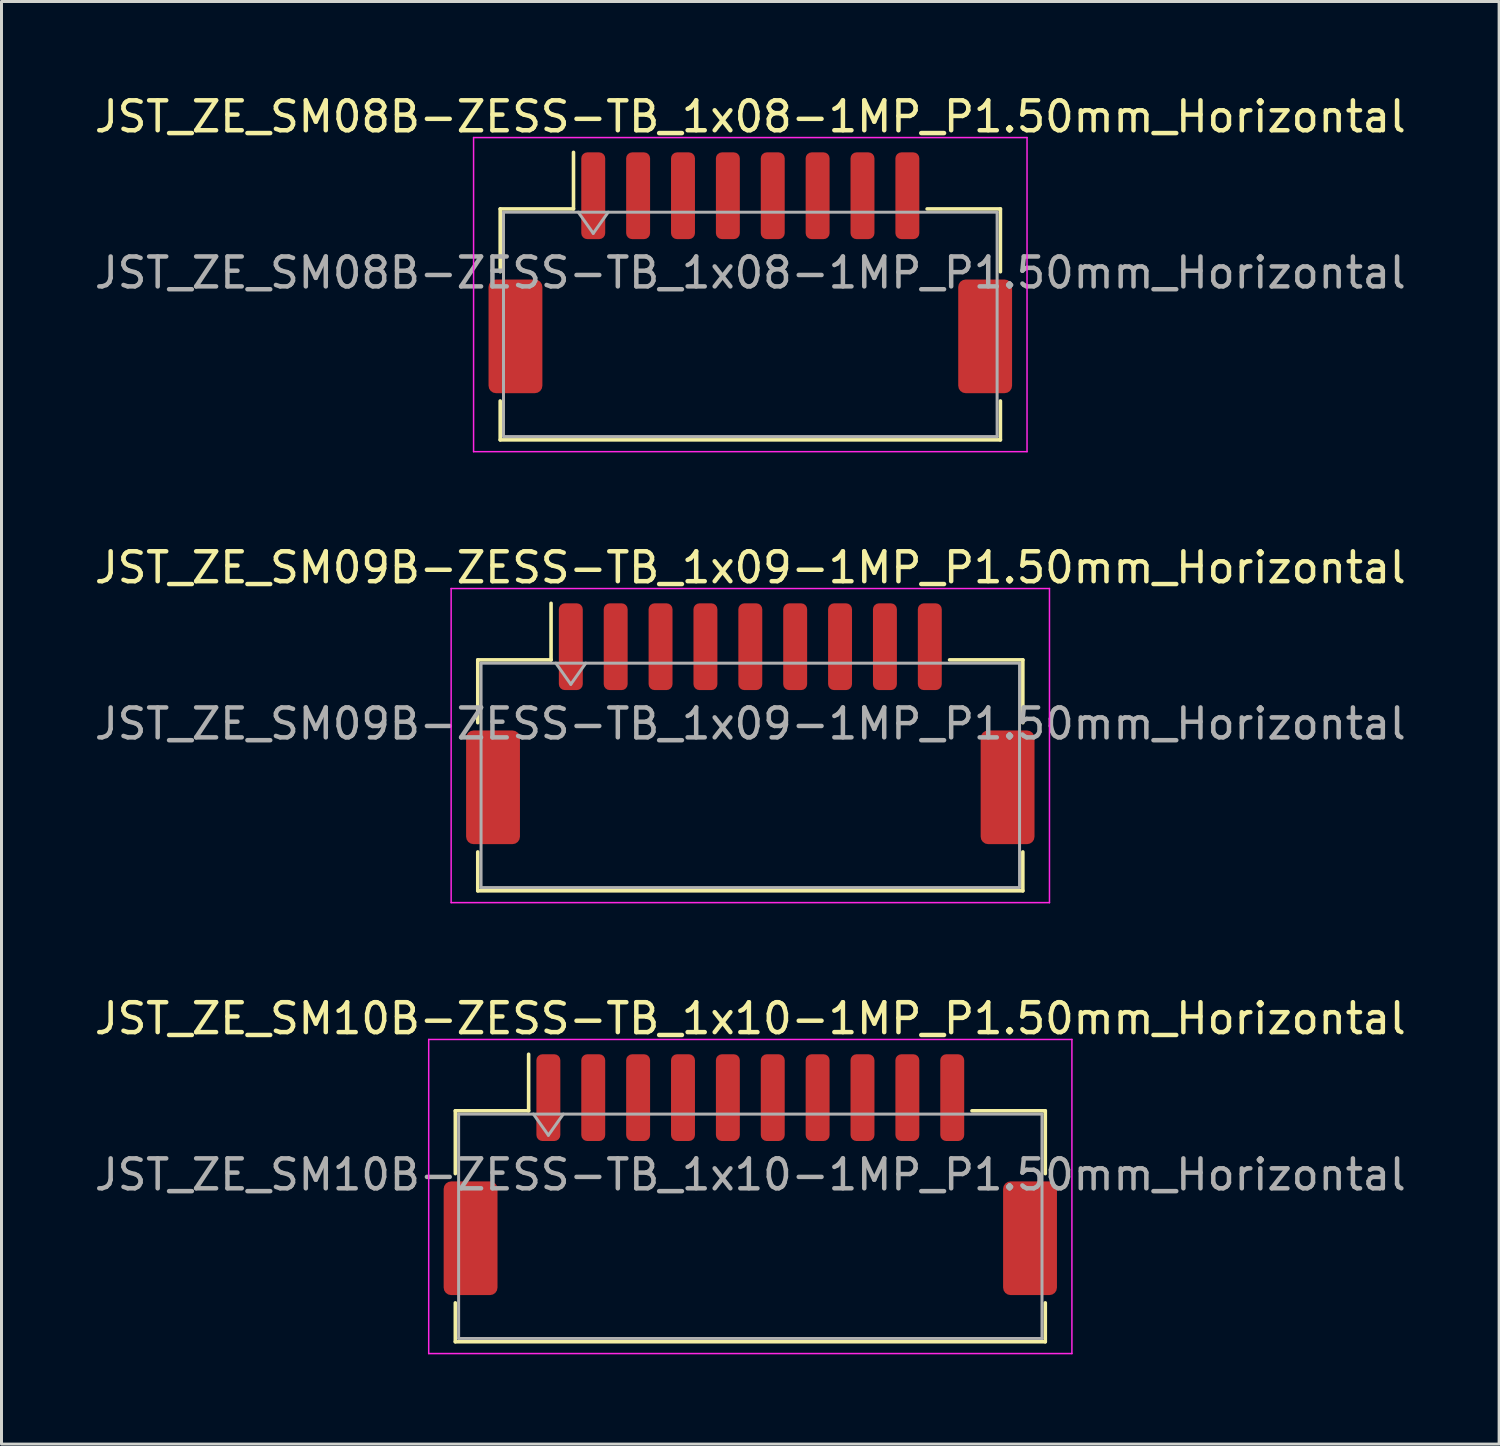
<source format=kicad_pcb>
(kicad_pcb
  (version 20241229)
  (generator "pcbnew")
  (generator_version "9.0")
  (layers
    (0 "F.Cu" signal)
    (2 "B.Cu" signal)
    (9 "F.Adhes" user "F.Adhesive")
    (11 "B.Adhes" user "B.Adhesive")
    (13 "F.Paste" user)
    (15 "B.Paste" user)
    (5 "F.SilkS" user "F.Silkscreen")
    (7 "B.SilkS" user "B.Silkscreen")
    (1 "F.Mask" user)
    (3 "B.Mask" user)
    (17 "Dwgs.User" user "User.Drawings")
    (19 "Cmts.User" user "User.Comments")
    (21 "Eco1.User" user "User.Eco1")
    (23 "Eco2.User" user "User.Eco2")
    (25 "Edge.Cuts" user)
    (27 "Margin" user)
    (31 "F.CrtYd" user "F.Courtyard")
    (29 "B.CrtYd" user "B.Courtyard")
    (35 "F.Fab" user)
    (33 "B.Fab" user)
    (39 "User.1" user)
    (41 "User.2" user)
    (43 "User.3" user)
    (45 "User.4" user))
  (footprint "JST_ZE_SM10B-ZESS-TB_1x10-1MP_P1.50mm_Horizontal"
    (layer "F.Cu")
    (at 22.03 36.215)
    (property "Reference" "JST_ZE_SM10B-ZESS-TB_1x10-1MP_P1.50mm_Horizontal" (at 0 -5.22 0) (layer "F.SilkS") (effects (font (size 1 1) (thickness 0.15))))
    (attr smd)
    (fp_line (start -9.86 -2.135) (end -7.41 -2.135) (stroke (width 0.12) (type solid)) (layer "F.SilkS"))
    (fp_line (start -9.86 -0.035) (end -9.86 -2.135) (stroke (width 0.12) (type solid)) (layer "F.SilkS"))
    (fp_line (start -9.86 4.285) (end -9.86 5.585) (stroke (width 0.12) (type solid)) (layer "F.SilkS"))
    (fp_line (start -9.86 5.585) (end 9.86 5.585) (stroke (width 0.12) (type solid)) (layer "F.SilkS"))
    (fp_line (start -7.41 -2.135) (end -7.41 -4.025) (stroke (width 0.12) (type solid)) (layer "F.SilkS"))
    (fp_line (start 9.86 -2.135) (end 7.41 -2.135) (stroke (width 0.12) (type solid)) (layer "F.SilkS"))
    (fp_line (start 9.86 -0.035) (end 9.86 -2.135) (stroke (width 0.12) (type solid)) (layer "F.SilkS"))
    (fp_line (start 9.86 5.585) (end 9.86 4.285) (stroke (width 0.12) (type solid)) (layer "F.SilkS"))
    (fp_line (start -10.75 -4.52) (end -10.75 5.98) (stroke (width 0.05) (type solid)) (layer "F.CrtYd"))
    (fp_line (start -10.75 5.98) (end 10.75 5.98) (stroke (width 0.05) (type solid)) (layer "F.CrtYd"))
    (fp_line (start 10.75 -4.52) (end -10.75 -4.52) (stroke (width 0.05) (type solid)) (layer "F.CrtYd"))
    (fp_line (start 10.75 5.98) (end 10.75 -4.52) (stroke (width 0.05) (type solid)) (layer "F.CrtYd"))
    (fp_line (start -9.75 -2.025) (end -9.75 5.475) (stroke (width 0.1) (type solid)) (layer "F.Fab"))
    (fp_line (start -9.75 -2.025) (end 9.75 -2.025) (stroke (width 0.1) (type solid)) (layer "F.Fab"))
    (fp_line (start -9.75 5.475) (end 9.75 5.475) (stroke (width 0.1) (type solid)) (layer "F.Fab"))
    (fp_line (start -7.25 -2.025) (end -6.75 -1.318) (stroke (width 0.1) (type solid)) (layer "F.Fab"))
    (fp_line (start -6.75 -1.318) (end -6.25 -2.025) (stroke (width 0.1) (type solid)) (layer "F.Fab"))
    (fp_line (start 9.75 -2.025) (end 9.75 5.475) (stroke (width 0.1) (type solid)) (layer "F.Fab"))
    (fp_text user "${REFERENCE}" (at 0 0 0) (layer "F.Fab") (effects (font (size 1 1) (thickness 0.15))))
    (pad "1" smd roundrect (at -6.75 -2.575) (size 0.8 2.9) (layers "F.Cu" "F.Mask" "F.Paste") (roundrect_rratio 0.25))
    (pad "2" smd roundrect (at -5.25 -2.575) (size 0.8 2.9) (layers "F.Cu" "F.Mask" "F.Paste") (roundrect_rratio 0.25))
    (pad "3" smd roundrect (at -3.75 -2.575) (size 0.8 2.9) (layers "F.Cu" "F.Mask" "F.Paste") (roundrect_rratio 0.25))
    (pad "4" smd roundrect (at -2.25 -2.575) (size 0.8 2.9) (layers "F.Cu" "F.Mask" "F.Paste") (roundrect_rratio 0.25))
    (pad "5" smd roundrect (at -0.75 -2.575) (size 0.8 2.9) (layers "F.Cu" "F.Mask" "F.Paste") (roundrect_rratio 0.25))
    (pad "6" smd roundrect (at 0.75 -2.575) (size 0.8 2.9) (layers "F.Cu" "F.Mask" "F.Paste") (roundrect_rratio 0.25))
    (pad "7" smd roundrect (at 2.25 -2.575) (size 0.8 2.9) (layers "F.Cu" "F.Mask" "F.Paste") (roundrect_rratio 0.25))
    (pad "8" smd roundrect (at 3.75 -2.575) (size 0.8 2.9) (layers "F.Cu" "F.Mask" "F.Paste") (roundrect_rratio 0.25))
    (pad "9" smd roundrect (at 5.25 -2.575) (size 0.8 2.9) (layers "F.Cu" "F.Mask" "F.Paste") (roundrect_rratio 0.25))
    (pad "10" smd roundrect (at 6.75 -2.575) (size 0.8 2.9) (layers "F.Cu" "F.Mask" "F.Paste") (roundrect_rratio 0.25))
    (pad "MP" smd roundrect (at -9.35 2.125) (size 1.8 3.8) (layers "F.Cu" "F.Mask" "F.Paste") (roundrect_rratio 0.139))
    (pad "MP" smd roundrect (at 9.35 2.125) (size 1.8 3.8) (layers "F.Cu" "F.Mask" "F.Paste") (roundrect_rratio 0.139)))
  (footprint "JST_ZE_SM09B-ZESS-TB_1x09-1MP_P1.50mm_Horizontal"
    (layer "F.Cu")
    (at 22.03 21.142)
    (property "Reference" "JST_ZE_SM09B-ZESS-TB_1x09-1MP_P1.50mm_Horizontal" (at 0 -5.22 0) (layer "F.SilkS") (effects (font (size 1 1) (thickness 0.15))))
    (attr smd)
    (fp_line (start -9.11 -2.135) (end -6.66 -2.135) (stroke (width 0.12) (type solid)) (layer "F.SilkS"))
    (fp_line (start -9.11 -0.035) (end -9.11 -2.135) (stroke (width 0.12) (type solid)) (layer "F.SilkS"))
    (fp_line (start -9.11 4.285) (end -9.11 5.585) (stroke (width 0.12) (type solid)) (layer "F.SilkS"))
    (fp_line (start -9.11 5.585) (end 9.11 5.585) (stroke (width 0.12) (type solid)) (layer "F.SilkS"))
    (fp_line (start -6.66 -2.135) (end -6.66 -4.025) (stroke (width 0.12) (type solid)) (layer "F.SilkS"))
    (fp_line (start 9.11 -2.135) (end 6.66 -2.135) (stroke (width 0.12) (type solid)) (layer "F.SilkS"))
    (fp_line (start 9.11 -0.035) (end 9.11 -2.135) (stroke (width 0.12) (type solid)) (layer "F.SilkS"))
    (fp_line (start 9.11 5.585) (end 9.11 4.285) (stroke (width 0.12) (type solid)) (layer "F.SilkS"))
    (fp_line (start -10 -4.52) (end -10 5.98) (stroke (width 0.05) (type solid)) (layer "F.CrtYd"))
    (fp_line (start -10 5.98) (end 10 5.98) (stroke (width 0.05) (type solid)) (layer "F.CrtYd"))
    (fp_line (start 10 -4.52) (end -10 -4.52) (stroke (width 0.05) (type solid)) (layer "F.CrtYd"))
    (fp_line (start 10 5.98) (end 10 -4.52) (stroke (width 0.05) (type solid)) (layer "F.CrtYd"))
    (fp_line (start -9 -2.025) (end -9 5.475) (stroke (width 0.1) (type solid)) (layer "F.Fab"))
    (fp_line (start -9 -2.025) (end 9 -2.025) (stroke (width 0.1) (type solid)) (layer "F.Fab"))
    (fp_line (start -9 5.475) (end 9 5.475) (stroke (width 0.1) (type solid)) (layer "F.Fab"))
    (fp_line (start -6.5 -2.025) (end -6 -1.318) (stroke (width 0.1) (type solid)) (layer "F.Fab"))
    (fp_line (start -6 -1.318) (end -5.5 -2.025) (stroke (width 0.1) (type solid)) (layer "F.Fab"))
    (fp_line (start 9 -2.025) (end 9 5.475) (stroke (width 0.1) (type solid)) (layer "F.Fab"))
    (fp_text user "${REFERENCE}" (at 0 0 0) (layer "F.Fab") (effects (font (size 1 1) (thickness 0.15))))
    (pad "1" smd roundrect (at -6 -2.575) (size 0.8 2.9) (layers "F.Cu" "F.Mask" "F.Paste") (roundrect_rratio 0.25))
    (pad "2" smd roundrect (at -4.5 -2.575) (size 0.8 2.9) (layers "F.Cu" "F.Mask" "F.Paste") (roundrect_rratio 0.25))
    (pad "3" smd roundrect (at -3 -2.575) (size 0.8 2.9) (layers "F.Cu" "F.Mask" "F.Paste") (roundrect_rratio 0.25))
    (pad "4" smd roundrect (at -1.5 -2.575) (size 0.8 2.9) (layers "F.Cu" "F.Mask" "F.Paste") (roundrect_rratio 0.25))
    (pad "5" smd roundrect (at 0 -2.575) (size 0.8 2.9) (layers "F.Cu" "F.Mask" "F.Paste") (roundrect_rratio 0.25))
    (pad "6" smd roundrect (at 1.5 -2.575) (size 0.8 2.9) (layers "F.Cu" "F.Mask" "F.Paste") (roundrect_rratio 0.25))
    (pad "7" smd roundrect (at 3 -2.575) (size 0.8 2.9) (layers "F.Cu" "F.Mask" "F.Paste") (roundrect_rratio 0.25))
    (pad "8" smd roundrect (at 4.5 -2.575) (size 0.8 2.9) (layers "F.Cu" "F.Mask" "F.Paste") (roundrect_rratio 0.25))
    (pad "9" smd roundrect (at 6 -2.575) (size 0.8 2.9) (layers "F.Cu" "F.Mask" "F.Paste") (roundrect_rratio 0.25))
    (pad "MP" smd roundrect (at -8.6 2.125) (size 1.8 3.8) (layers "F.Cu" "F.Mask" "F.Paste") (roundrect_rratio 0.139))
    (pad "MP" smd roundrect (at 8.6 2.125) (size 1.8 3.8) (layers "F.Cu" "F.Mask" "F.Paste") (roundrect_rratio 0.139)))
  (footprint "JST_ZE_SM08B-ZESS-TB_1x08-1MP_P1.50mm_Horizontal"
    (layer "F.Cu")
    (at 22.03 6.068)
    (property "Reference" "JST_ZE_SM08B-ZESS-TB_1x08-1MP_P1.50mm_Horizontal" (at 0 -5.22 0) (layer "F.SilkS") (effects (font (size 1 1) (thickness 0.15))))
    (attr smd)
    (fp_line (start -8.36 -2.135) (end -5.91 -2.135) (stroke (width 0.12) (type solid)) (layer "F.SilkS"))
    (fp_line (start -8.36 -0.035) (end -8.36 -2.135) (stroke (width 0.12) (type solid)) (layer "F.SilkS"))
    (fp_line (start -8.36 4.285) (end -8.36 5.585) (stroke (width 0.12) (type solid)) (layer "F.SilkS"))
    (fp_line (start -8.36 5.585) (end 8.36 5.585) (stroke (width 0.12) (type solid)) (layer "F.SilkS"))
    (fp_line (start -5.91 -2.135) (end -5.91 -4.025) (stroke (width 0.12) (type solid)) (layer "F.SilkS"))
    (fp_line (start 8.36 -2.135) (end 5.91 -2.135) (stroke (width 0.12) (type solid)) (layer "F.SilkS"))
    (fp_line (start 8.36 -0.035) (end 8.36 -2.135) (stroke (width 0.12) (type solid)) (layer "F.SilkS"))
    (fp_line (start 8.36 5.585) (end 8.36 4.285) (stroke (width 0.12) (type solid)) (layer "F.SilkS"))
    (fp_line (start -9.25 -4.52) (end -9.25 5.98) (stroke (width 0.05) (type solid)) (layer "F.CrtYd"))
    (fp_line (start -9.25 5.98) (end 9.25 5.98) (stroke (width 0.05) (type solid)) (layer "F.CrtYd"))
    (fp_line (start 9.25 -4.52) (end -9.25 -4.52) (stroke (width 0.05) (type solid)) (layer "F.CrtYd"))
    (fp_line (start 9.25 5.98) (end 9.25 -4.52) (stroke (width 0.05) (type solid)) (layer "F.CrtYd"))
    (fp_line (start -8.25 -2.025) (end -8.25 5.475) (stroke (width 0.1) (type solid)) (layer "F.Fab"))
    (fp_line (start -8.25 -2.025) (end 8.25 -2.025) (stroke (width 0.1) (type solid)) (layer "F.Fab"))
    (fp_line (start -8.25 5.475) (end 8.25 5.475) (stroke (width 0.1) (type solid)) (layer "F.Fab"))
    (fp_line (start -5.75 -2.025) (end -5.25 -1.318) (stroke (width 0.1) (type solid)) (layer "F.Fab"))
    (fp_line (start -5.25 -1.318) (end -4.75 -2.025) (stroke (width 0.1) (type solid)) (layer "F.Fab"))
    (fp_line (start 8.25 -2.025) (end 8.25 5.475) (stroke (width 0.1) (type solid)) (layer "F.Fab"))
    (fp_text user "${REFERENCE}" (at 0 0 0) (layer "F.Fab") (effects (font (size 1 1) (thickness 0.15))))
    (pad "1" smd roundrect (at -5.25 -2.575) (size 0.8 2.9) (layers "F.Cu" "F.Mask" "F.Paste") (roundrect_rratio 0.25))
    (pad "2" smd roundrect (at -3.75 -2.575) (size 0.8 2.9) (layers "F.Cu" "F.Mask" "F.Paste") (roundrect_rratio 0.25))
    (pad "3" smd roundrect (at -2.25 -2.575) (size 0.8 2.9) (layers "F.Cu" "F.Mask" "F.Paste") (roundrect_rratio 0.25))
    (pad "4" smd roundrect (at -0.75 -2.575) (size 0.8 2.9) (layers "F.Cu" "F.Mask" "F.Paste") (roundrect_rratio 0.25))
    (pad "5" smd roundrect (at 0.75 -2.575) (size 0.8 2.9) (layers "F.Cu" "F.Mask" "F.Paste") (roundrect_rratio 0.25))
    (pad "6" smd roundrect (at 2.25 -2.575) (size 0.8 2.9) (layers "F.Cu" "F.Mask" "F.Paste") (roundrect_rratio 0.25))
    (pad "7" smd roundrect (at 3.75 -2.575) (size 0.8 2.9) (layers "F.Cu" "F.Mask" "F.Paste") (roundrect_rratio 0.25))
    (pad "8" smd roundrect (at 5.25 -2.575) (size 0.8 2.9) (layers "F.Cu" "F.Mask" "F.Paste") (roundrect_rratio 0.25))
    (pad "MP" smd roundrect (at -7.85 2.125) (size 1.8 3.8) (layers "F.Cu" "F.Mask" "F.Paste") (roundrect_rratio 0.139))
    (pad "MP" smd roundrect (at 7.85 2.125) (size 1.8 3.8) (layers "F.Cu" "F.Mask" "F.Paste") (roundrect_rratio 0.139)))
  (gr_rect
    (start -3 -3)
    (end 47.06 45.22)
    (stroke (width 0.1) (type default))
    (fill no)
    (layer "Edge.Cuts")))
</source>
